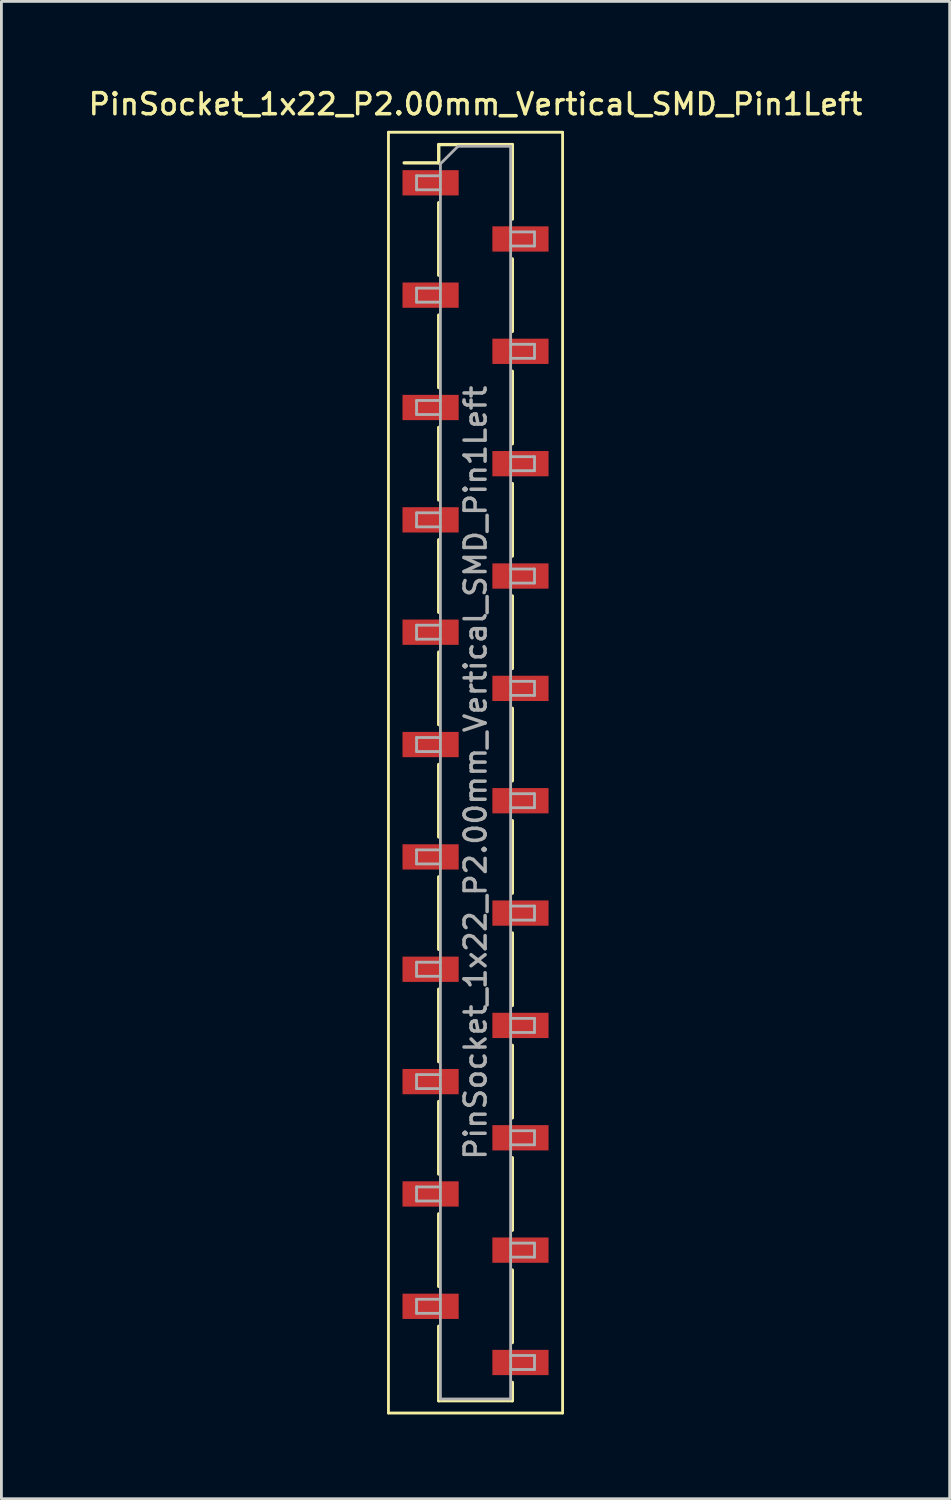
<source format=kicad_pcb>
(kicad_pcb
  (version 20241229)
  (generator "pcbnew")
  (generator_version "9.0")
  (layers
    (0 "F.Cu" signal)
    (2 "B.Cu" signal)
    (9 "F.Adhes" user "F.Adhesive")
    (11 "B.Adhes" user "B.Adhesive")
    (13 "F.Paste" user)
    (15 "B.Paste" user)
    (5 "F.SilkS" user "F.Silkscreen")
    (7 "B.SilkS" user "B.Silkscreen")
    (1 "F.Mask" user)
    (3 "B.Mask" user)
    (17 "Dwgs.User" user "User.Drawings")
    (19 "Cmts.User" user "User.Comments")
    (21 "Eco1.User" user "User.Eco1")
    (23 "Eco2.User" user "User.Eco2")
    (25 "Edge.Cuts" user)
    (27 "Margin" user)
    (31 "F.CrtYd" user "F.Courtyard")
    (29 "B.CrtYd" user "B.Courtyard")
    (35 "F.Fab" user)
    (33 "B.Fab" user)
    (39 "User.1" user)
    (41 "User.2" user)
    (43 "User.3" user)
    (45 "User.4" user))
  (footprint "PinSocket_1x22_P2.00mm_Vertical_SMD_Pin1Left"
    (layer "F.Cu")
    (at 13.88 24.458)
    (property "Reference" "PinSocket_1x22_P2.00mm_Vertical_SMD_Pin1Left" (at 0 -23.8 0) (layer "F.SilkS") (effects (font (size 0.75 0.75) (thickness 0.125))))
    (attr smd)
    (fp_line (start -3.1 -22.8) (end 3.1 -22.8) (stroke (width 0.1) (type solid)) (layer "F.SilkS"))
    (fp_line (start -3.1 22.8) (end -3.1 -22.8) (stroke (width 0.1) (type solid)) (layer "F.SilkS"))
    (fp_line (start -2.54 -21.71) (end -1.31 -21.71) (stroke (width 0.12) (type solid)) (layer "F.SilkS"))
    (fp_line (start -1.31 -22.36) (end -1.31 -21.71) (stroke (width 0.12) (type solid)) (layer "F.SilkS"))
    (fp_line (start -1.31 -22.36) (end 1.31 -22.36) (stroke (width 0.12) (type solid)) (layer "F.SilkS"))
    (fp_line (start -1.31 -20.29) (end -1.31 -17.71) (stroke (width 0.12) (type solid)) (layer "F.SilkS"))
    (fp_line (start -1.31 -16.29) (end -1.31 -13.71) (stroke (width 0.12) (type solid)) (layer "F.SilkS"))
    (fp_line (start -1.31 -12.29) (end -1.31 -9.71) (stroke (width 0.12) (type solid)) (layer "F.SilkS"))
    (fp_line (start -1.31 -8.29) (end -1.31 -5.71) (stroke (width 0.12) (type solid)) (layer "F.SilkS"))
    (fp_line (start -1.31 -4.29) (end -1.31 -1.71) (stroke (width 0.12) (type solid)) (layer "F.SilkS"))
    (fp_line (start -1.31 -0.29) (end -1.31 2.29) (stroke (width 0.12) (type solid)) (layer "F.SilkS"))
    (fp_line (start -1.31 3.71) (end -1.31 6.29) (stroke (width 0.12) (type solid)) (layer "F.SilkS"))
    (fp_line (start -1.31 7.71) (end -1.31 10.29) (stroke (width 0.12) (type solid)) (layer "F.SilkS"))
    (fp_line (start -1.31 11.71) (end -1.31 14.29) (stroke (width 0.12) (type solid)) (layer "F.SilkS"))
    (fp_line (start -1.31 15.71) (end -1.31 18.29) (stroke (width 0.12) (type solid)) (layer "F.SilkS"))
    (fp_line (start -1.31 19.71) (end -1.31 22.36) (stroke (width 0.12) (type solid)) (layer "F.SilkS"))
    (fp_line (start -1.31 22.36) (end 1.31 22.36) (stroke (width 0.12) (type solid)) (layer "F.SilkS"))
    (fp_line (start 1.31 -22.36) (end 1.31 -19.71) (stroke (width 0.12) (type solid)) (layer "F.SilkS"))
    (fp_line (start 1.31 -18.29) (end 1.31 -15.71) (stroke (width 0.12) (type solid)) (layer "F.SilkS"))
    (fp_line (start 1.31 -14.29) (end 1.31 -11.71) (stroke (width 0.12) (type solid)) (layer "F.SilkS"))
    (fp_line (start 1.31 -10.29) (end 1.31 -7.71) (stroke (width 0.12) (type solid)) (layer "F.SilkS"))
    (fp_line (start 1.31 -6.29) (end 1.31 -3.71) (stroke (width 0.12) (type solid)) (layer "F.SilkS"))
    (fp_line (start 1.31 -2.29) (end 1.31 0.29) (stroke (width 0.12) (type solid)) (layer "F.SilkS"))
    (fp_line (start 1.31 1.71) (end 1.31 4.29) (stroke (width 0.12) (type solid)) (layer "F.SilkS"))
    (fp_line (start 1.31 5.71) (end 1.31 8.29) (stroke (width 0.12) (type solid)) (layer "F.SilkS"))
    (fp_line (start 1.31 9.71) (end 1.31 12.29) (stroke (width 0.12) (type solid)) (layer "F.SilkS"))
    (fp_line (start 1.31 13.71) (end 1.31 16.29) (stroke (width 0.12) (type solid)) (layer "F.SilkS"))
    (fp_line (start 1.31 17.71) (end 1.31 20.29) (stroke (width 0.12) (type solid)) (layer "F.SilkS"))
    (fp_line (start 1.31 21.71) (end 1.31 22.36) (stroke (width 0.12) (type solid)) (layer "F.SilkS"))
    (fp_line (start 3.1 -22.8) (end 3.1 22.8) (stroke (width 0.1) (type solid)) (layer "F.SilkS"))
    (fp_line (start 3.1 22.8) (end -3.1 22.8) (stroke (width 0.1) (type solid)) (layer "F.SilkS"))
    (fp_line (start -2.1 -21.25) (end -1.25 -21.25) (stroke (width 0.1) (type solid)) (layer "F.Fab"))
    (fp_line (start -2.1 -20.75) (end -2.1 -21.25) (stroke (width 0.1) (type solid)) (layer "F.Fab"))
    (fp_line (start -2.1 -17.25) (end -1.25 -17.25) (stroke (width 0.1) (type solid)) (layer "F.Fab"))
    (fp_line (start -2.1 -16.75) (end -2.1 -17.25) (stroke (width 0.1) (type solid)) (layer "F.Fab"))
    (fp_line (start -2.1 -13.25) (end -1.25 -13.25) (stroke (width 0.1) (type solid)) (layer "F.Fab"))
    (fp_line (start -2.1 -12.75) (end -2.1 -13.25) (stroke (width 0.1) (type solid)) (layer "F.Fab"))
    (fp_line (start -2.1 -9.25) (end -1.25 -9.25) (stroke (width 0.1) (type solid)) (layer "F.Fab"))
    (fp_line (start -2.1 -8.75) (end -2.1 -9.25) (stroke (width 0.1) (type solid)) (layer "F.Fab"))
    (fp_line (start -2.1 -5.25) (end -1.25 -5.25) (stroke (width 0.1) (type solid)) (layer "F.Fab"))
    (fp_line (start -2.1 -4.75) (end -2.1 -5.25) (stroke (width 0.1) (type solid)) (layer "F.Fab"))
    (fp_line (start -2.1 -1.25) (end -1.25 -1.25) (stroke (width 0.1) (type solid)) (layer "F.Fab"))
    (fp_line (start -2.1 -0.75) (end -2.1 -1.25) (stroke (width 0.1) (type solid)) (layer "F.Fab"))
    (fp_line (start -2.1 2.75) (end -1.25 2.75) (stroke (width 0.1) (type solid)) (layer "F.Fab"))
    (fp_line (start -2.1 3.25) (end -2.1 2.75) (stroke (width 0.1) (type solid)) (layer "F.Fab"))
    (fp_line (start -2.1 6.75) (end -1.25 6.75) (stroke (width 0.1) (type solid)) (layer "F.Fab"))
    (fp_line (start -2.1 7.25) (end -2.1 6.75) (stroke (width 0.1) (type solid)) (layer "F.Fab"))
    (fp_line (start -2.1 10.75) (end -1.25 10.75) (stroke (width 0.1) (type solid)) (layer "F.Fab"))
    (fp_line (start -2.1 11.25) (end -2.1 10.75) (stroke (width 0.1) (type solid)) (layer "F.Fab"))
    (fp_line (start -2.1 14.75) (end -1.25 14.75) (stroke (width 0.1) (type solid)) (layer "F.Fab"))
    (fp_line (start -2.1 15.25) (end -2.1 14.75) (stroke (width 0.1) (type solid)) (layer "F.Fab"))
    (fp_line (start -2.1 18.75) (end -1.25 18.75) (stroke (width 0.1) (type solid)) (layer "F.Fab"))
    (fp_line (start -2.1 19.25) (end -2.1 18.75) (stroke (width 0.1) (type solid)) (layer "F.Fab"))
    (fp_line (start -1.25 -21.675) (end -0.625 -22.3) (stroke (width 0.1) (type solid)) (layer "F.Fab"))
    (fp_line (start -1.25 -20.75) (end -2.1 -20.75) (stroke (width 0.1) (type solid)) (layer "F.Fab"))
    (fp_line (start -1.25 -16.75) (end -2.1 -16.75) (stroke (width 0.1) (type solid)) (layer "F.Fab"))
    (fp_line (start -1.25 -12.75) (end -2.1 -12.75) (stroke (width 0.1) (type solid)) (layer "F.Fab"))
    (fp_line (start -1.25 -8.75) (end -2.1 -8.75) (stroke (width 0.1) (type solid)) (layer "F.Fab"))
    (fp_line (start -1.25 -4.75) (end -2.1 -4.75) (stroke (width 0.1) (type solid)) (layer "F.Fab"))
    (fp_line (start -1.25 -0.75) (end -2.1 -0.75) (stroke (width 0.1) (type solid)) (layer "F.Fab"))
    (fp_line (start -1.25 3.25) (end -2.1 3.25) (stroke (width 0.1) (type solid)) (layer "F.Fab"))
    (fp_line (start -1.25 7.25) (end -2.1 7.25) (stroke (width 0.1) (type solid)) (layer "F.Fab"))
    (fp_line (start -1.25 11.25) (end -2.1 11.25) (stroke (width 0.1) (type solid)) (layer "F.Fab"))
    (fp_line (start -1.25 15.25) (end -2.1 15.25) (stroke (width 0.1) (type solid)) (layer "F.Fab"))
    (fp_line (start -1.25 19.25) (end -2.1 19.25) (stroke (width 0.1) (type solid)) (layer "F.Fab"))
    (fp_line (start -1.25 22.3) (end -1.25 -21.675) (stroke (width 0.1) (type solid)) (layer "F.Fab"))
    (fp_line (start -0.625 -22.3) (end 1.25 -22.3) (stroke (width 0.1) (type solid)) (layer "F.Fab"))
    (fp_line (start 1.25 -22.3) (end 1.25 22.3) (stroke (width 0.1) (type solid)) (layer "F.Fab"))
    (fp_line (start 1.25 -19.25) (end 2.1 -19.25) (stroke (width 0.1) (type solid)) (layer "F.Fab"))
    (fp_line (start 1.25 -15.25) (end 2.1 -15.25) (stroke (width 0.1) (type solid)) (layer "F.Fab"))
    (fp_line (start 1.25 -11.25) (end 2.1 -11.25) (stroke (width 0.1) (type solid)) (layer "F.Fab"))
    (fp_line (start 1.25 -7.25) (end 2.1 -7.25) (stroke (width 0.1) (type solid)) (layer "F.Fab"))
    (fp_line (start 1.25 -3.25) (end 2.1 -3.25) (stroke (width 0.1) (type solid)) (layer "F.Fab"))
    (fp_line (start 1.25 0.75) (end 2.1 0.75) (stroke (width 0.1) (type solid)) (layer "F.Fab"))
    (fp_line (start 1.25 4.75) (end 2.1 4.75) (stroke (width 0.1) (type solid)) (layer "F.Fab"))
    (fp_line (start 1.25 8.75) (end 2.1 8.75) (stroke (width 0.1) (type solid)) (layer "F.Fab"))
    (fp_line (start 1.25 12.75) (end 2.1 12.75) (stroke (width 0.1) (type solid)) (layer "F.Fab"))
    (fp_line (start 1.25 16.75) (end 2.1 16.75) (stroke (width 0.1) (type solid)) (layer "F.Fab"))
    (fp_line (start 1.25 20.75) (end 2.1 20.75) (stroke (width 0.1) (type solid)) (layer "F.Fab"))
    (fp_line (start 1.25 22.3) (end -1.25 22.3) (stroke (width 0.1) (type solid)) (layer "F.Fab"))
    (fp_line (start 2.1 -19.25) (end 2.1 -18.75) (stroke (width 0.1) (type solid)) (layer "F.Fab"))
    (fp_line (start 2.1 -18.75) (end 1.25 -18.75) (stroke (width 0.1) (type solid)) (layer "F.Fab"))
    (fp_line (start 2.1 -15.25) (end 2.1 -14.75) (stroke (width 0.1) (type solid)) (layer "F.Fab"))
    (fp_line (start 2.1 -14.75) (end 1.25 -14.75) (stroke (width 0.1) (type solid)) (layer "F.Fab"))
    (fp_line (start 2.1 -11.25) (end 2.1 -10.75) (stroke (width 0.1) (type solid)) (layer "F.Fab"))
    (fp_line (start 2.1 -10.75) (end 1.25 -10.75) (stroke (width 0.1) (type solid)) (layer "F.Fab"))
    (fp_line (start 2.1 -7.25) (end 2.1 -6.75) (stroke (width 0.1) (type solid)) (layer "F.Fab"))
    (fp_line (start 2.1 -6.75) (end 1.25 -6.75) (stroke (width 0.1) (type solid)) (layer "F.Fab"))
    (fp_line (start 2.1 -3.25) (end 2.1 -2.75) (stroke (width 0.1) (type solid)) (layer "F.Fab"))
    (fp_line (start 2.1 -2.75) (end 1.25 -2.75) (stroke (width 0.1) (type solid)) (layer "F.Fab"))
    (fp_line (start 2.1 0.75) (end 2.1 1.25) (stroke (width 0.1) (type solid)) (layer "F.Fab"))
    (fp_line (start 2.1 1.25) (end 1.25 1.25) (stroke (width 0.1) (type solid)) (layer "F.Fab"))
    (fp_line (start 2.1 4.75) (end 2.1 5.25) (stroke (width 0.1) (type solid)) (layer "F.Fab"))
    (fp_line (start 2.1 5.25) (end 1.25 5.25) (stroke (width 0.1) (type solid)) (layer "F.Fab"))
    (fp_line (start 2.1 8.75) (end 2.1 9.25) (stroke (width 0.1) (type solid)) (layer "F.Fab"))
    (fp_line (start 2.1 9.25) (end 1.25 9.25) (stroke (width 0.1) (type solid)) (layer "F.Fab"))
    (fp_line (start 2.1 12.75) (end 2.1 13.25) (stroke (width 0.1) (type solid)) (layer "F.Fab"))
    (fp_line (start 2.1 13.25) (end 1.25 13.25) (stroke (width 0.1) (type solid)) (layer "F.Fab"))
    (fp_line (start 2.1 16.75) (end 2.1 17.25) (stroke (width 0.1) (type solid)) (layer "F.Fab"))
    (fp_line (start 2.1 17.25) (end 1.25 17.25) (stroke (width 0.1) (type solid)) (layer "F.Fab"))
    (fp_line (start 2.1 20.75) (end 2.1 21.25) (stroke (width 0.1) (type solid)) (layer "F.Fab"))
    (fp_line (start 2.1 21.25) (end 1.25 21.25) (stroke (width 0.1) (type solid)) (layer "F.Fab"))
    (fp_text user "${REFERENCE}" (at 0 0 90) (layer "F.Fab") (effects (font (size 0.75 0.75) (thickness 0.125))))
    (pad "1" smd rect (at -1.6 -21) (size 2 0.9) (layers "F.Cu" "F.Mask" "F.Paste"))
    (pad "2" smd rect (at 1.6 -19) (size 2 0.9) (layers "F.Cu" "F.Mask" "F.Paste"))
    (pad "3" smd rect (at -1.6 -17) (size 2 0.9) (layers "F.Cu" "F.Mask" "F.Paste"))
    (pad "4" smd rect (at 1.6 -15) (size 2 0.9) (layers "F.Cu" "F.Mask" "F.Paste"))
    (pad "5" smd rect (at -1.6 -13) (size 2 0.9) (layers "F.Cu" "F.Mask" "F.Paste"))
    (pad "6" smd rect (at 1.6 -11) (size 2 0.9) (layers "F.Cu" "F.Mask" "F.Paste"))
    (pad "7" smd rect (at -1.6 -9) (size 2 0.9) (layers "F.Cu" "F.Mask" "F.Paste"))
    (pad "8" smd rect (at 1.6 -7) (size 2 0.9) (layers "F.Cu" "F.Mask" "F.Paste"))
    (pad "9" smd rect (at -1.6 -5) (size 2 0.9) (layers "F.Cu" "F.Mask" "F.Paste"))
    (pad "10" smd rect (at 1.6 -3) (size 2 0.9) (layers "F.Cu" "F.Mask" "F.Paste"))
    (pad "11" smd rect (at -1.6 -1) (size 2 0.9) (layers "F.Cu" "F.Mask" "F.Paste"))
    (pad "12" smd rect (at 1.6 1) (size 2 0.9) (layers "F.Cu" "F.Mask" "F.Paste"))
    (pad "13" smd rect (at -1.6 3) (size 2 0.9) (layers "F.Cu" "F.Mask" "F.Paste"))
    (pad "14" smd rect (at 1.6 5) (size 2 0.9) (layers "F.Cu" "F.Mask" "F.Paste"))
    (pad "15" smd rect (at -1.6 7) (size 2 0.9) (layers "F.Cu" "F.Mask" "F.Paste"))
    (pad "16" smd rect (at 1.6 9) (size 2 0.9) (layers "F.Cu" "F.Mask" "F.Paste"))
    (pad "17" smd rect (at -1.6 11) (size 2 0.9) (layers "F.Cu" "F.Mask" "F.Paste"))
    (pad "18" smd rect (at 1.6 13) (size 2 0.9) (layers "F.Cu" "F.Mask" "F.Paste"))
    (pad "19" smd rect (at -1.6 15) (size 2 0.9) (layers "F.Cu" "F.Mask" "F.Paste"))
    (pad "20" smd rect (at 1.6 17) (size 2 0.9) (layers "F.Cu" "F.Mask" "F.Paste"))
    (pad "21" smd rect (at -1.6 19) (size 2 0.9) (layers "F.Cu" "F.Mask" "F.Paste"))
    (pad "22" smd rect (at 1.6 21) (size 2 0.9) (layers "F.Cu" "F.Mask" "F.Paste")))
  (gr_rect
    (start -3 -3)
    (end 30.761 50.308)
    (stroke (width 0.1) (type default))
    (fill no)
    (layer "Edge.Cuts")))
</source>
